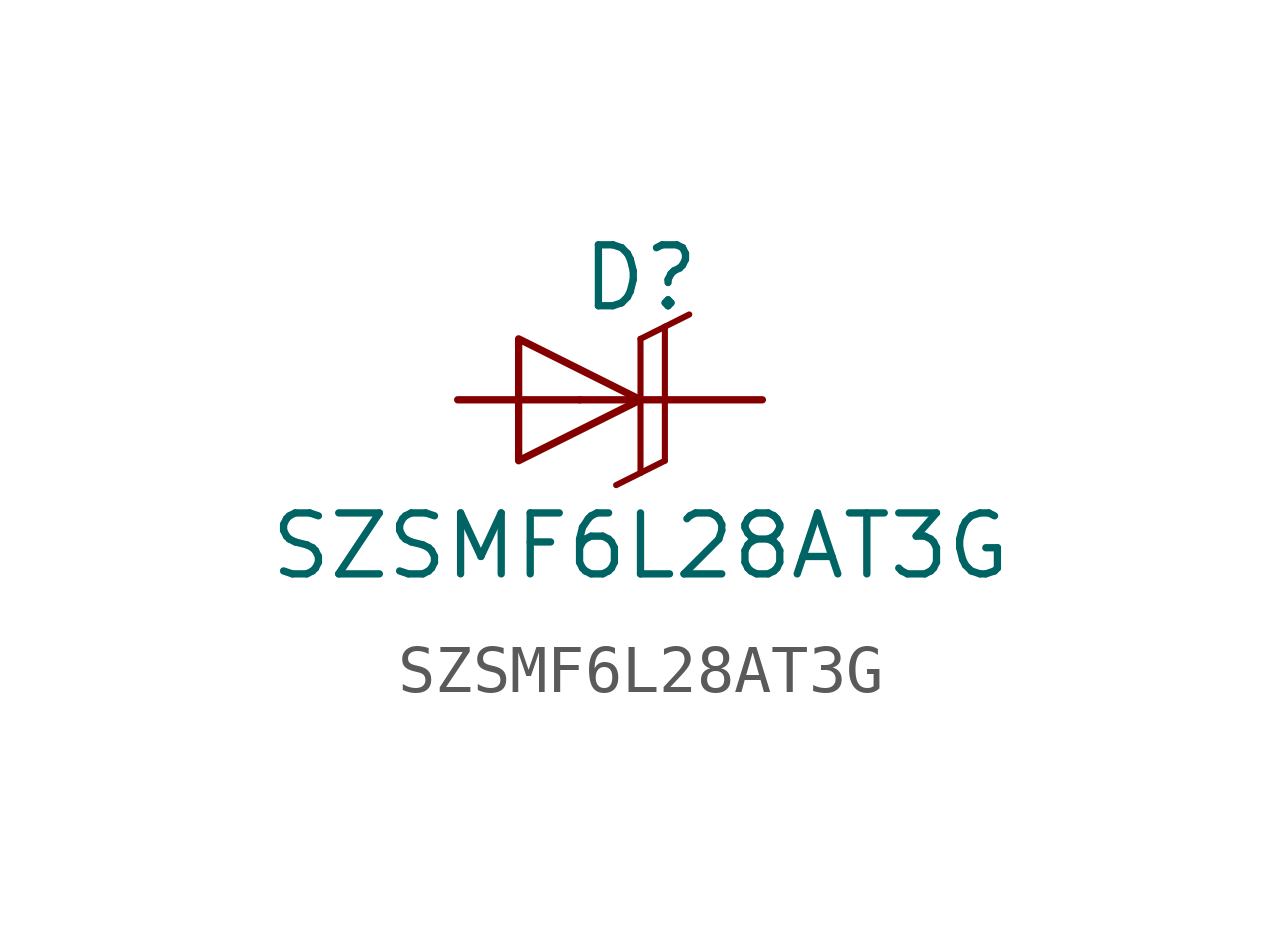
<source format=kicad_sym>
(kicad_symbol_lib
  (version 20241209)
  (generator "kicad_symbol_editor")
  (generator_version "9.0")
  (symbol "SZSMF6L28AT3G"
    (pin_numbers
      (hide yes))
    (pin_names
      (offset 1.016)
      (hide yes))
    (property "Reference" "D"
      (at 0 2.54 0)
      (effects (font (size 1.27 1.27))))
    (property "Value" "SZSMF6L28AT3G"
      (at 0 -3.048 0)
      (effects (font (size 1.27 1.27))))
    (symbol "SZSMF6L28AT3G_0_1"
      (polyline (pts (xy 0 0) (xy -2.54 1.27) (xy -2.54 -1.27) (xy 0 0)) (stroke (width 0) (type default)) (fill (type none))))
    (symbol "SZSMF6L28AT3G_1_1"
      (polyline (pts (xy -1.27 0) (xy 0 0)) (stroke (width 0) (type default)) (fill (type none)))
      (polyline (pts (xy 0 1.27) (xy 0 -1.524)) (stroke (width 0.127) (type solid)) (fill (type none)))
      (polyline (pts (xy 0 1.27) (xy 1.016 1.778)) (stroke (width 0.127) (type solid)) (fill (type none)))
      (polyline (pts (xy 0.508 1.524) (xy 0.508 -1.27)) (stroke (width 0.127) (type solid)) (fill (type none)))
      (polyline (pts (xy 0.508 -1.27) (xy -0.508 -1.778)) (stroke (width 0.127) (type solid)) (fill (type none)))
      (pin passive line (at -3.81 0 0) (length 2.54) (name "Anode" (effects (font (size 1.27 1.27)))) (number "2" (effects (font (size 1.27 1.27)))))
      (pin passive line (at 2.54 0 180) (length 2.54) (name "Cathode" (effects (font (size 1.27 1.27)))) (number "1" (effects (font (size 1.27 1.27))))))))
</source>
